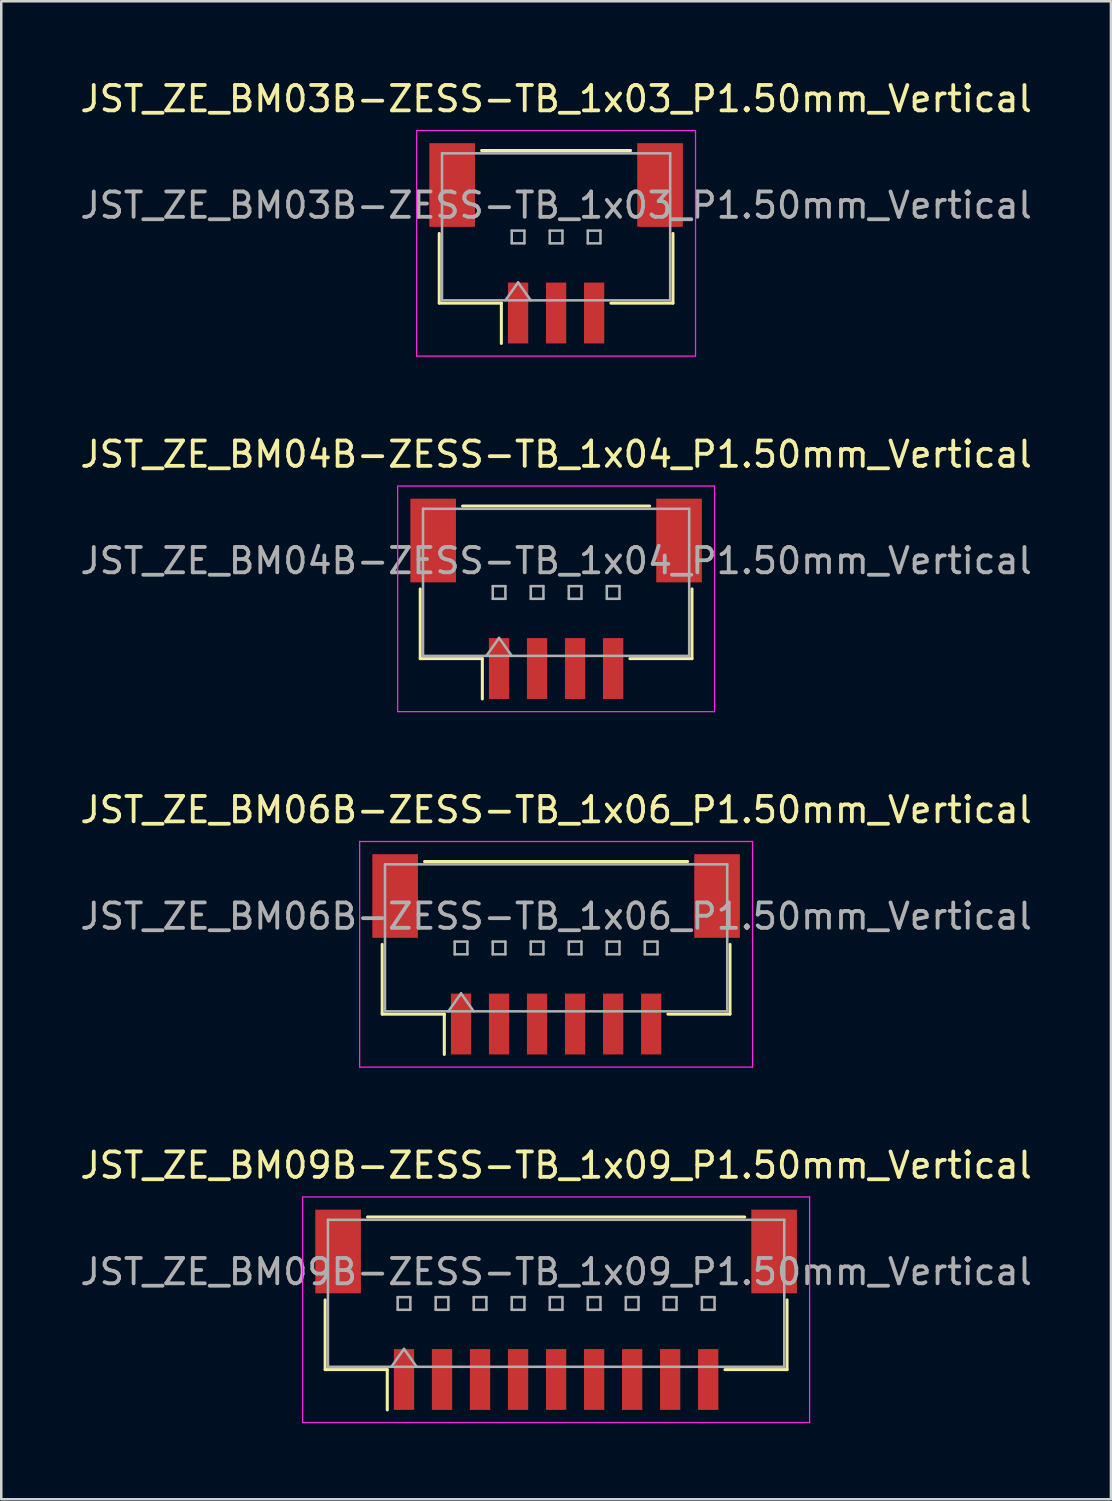
<source format=kicad_pcb>
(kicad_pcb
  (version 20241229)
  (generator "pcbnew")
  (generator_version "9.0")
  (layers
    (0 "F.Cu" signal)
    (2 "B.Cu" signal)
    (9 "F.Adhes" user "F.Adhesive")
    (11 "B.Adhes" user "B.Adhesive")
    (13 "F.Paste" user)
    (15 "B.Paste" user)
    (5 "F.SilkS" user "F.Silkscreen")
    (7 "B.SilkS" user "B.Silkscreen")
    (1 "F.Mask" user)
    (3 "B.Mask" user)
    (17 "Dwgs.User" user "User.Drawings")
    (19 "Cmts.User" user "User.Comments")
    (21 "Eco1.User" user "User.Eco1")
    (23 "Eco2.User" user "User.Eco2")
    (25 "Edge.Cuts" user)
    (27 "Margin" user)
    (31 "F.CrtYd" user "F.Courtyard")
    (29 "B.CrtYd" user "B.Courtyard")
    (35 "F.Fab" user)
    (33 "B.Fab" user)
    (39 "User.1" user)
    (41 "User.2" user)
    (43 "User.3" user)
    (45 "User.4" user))
  (footprint "JST_ZE_BM04B-ZESS-TB_1x04_P1.50mm_Vertical"
    (layer "F.Cu")
    (at 18.887 20.572)
    (property "Reference" "JST_ZE_BM04B-ZESS-TB_1x04_P1.50mm_Vertical" (at 0 -5.7 0) (layer "F.SilkS") (effects (font (size 1 1) (thickness 0.15))))
    (attr smd)
    (fp_line (start -5.36 -0.39) (end -5.36 2.36) (stroke (width 0.12) (type solid)) (layer "F.SilkS"))
    (fp_line (start -5.36 2.36) (end -2.91 2.36) (stroke (width 0.12) (type solid)) (layer "F.SilkS"))
    (fp_line (start -3.69 -3.66) (end 3.69 -3.66) (stroke (width 0.12) (type solid)) (layer "F.SilkS"))
    (fp_line (start -2.91 2.36) (end -2.91 3.95) (stroke (width 0.12) (type solid)) (layer "F.SilkS"))
    (fp_line (start 5.36 -0.39) (end 5.36 2.36) (stroke (width 0.12) (type solid)) (layer "F.SilkS"))
    (fp_line (start 5.36 2.36) (end 2.91 2.36) (stroke (width 0.12) (type solid)) (layer "F.SilkS"))
    (fp_line (start -6.25 -4.45) (end -6.25 4.45) (stroke (width 0.05) (type solid)) (layer "F.CrtYd"))
    (fp_line (start -6.25 4.45) (end 6.25 4.45) (stroke (width 0.05) (type solid)) (layer "F.CrtYd"))
    (fp_line (start 6.25 -4.45) (end -6.25 -4.45) (stroke (width 0.05) (type solid)) (layer "F.CrtYd"))
    (fp_line (start 6.25 4.45) (end 6.25 -4.45) (stroke (width 0.05) (type solid)) (layer "F.CrtYd"))
    (fp_line (start -5.25 -3.55) (end 5.25 -3.55) (stroke (width 0.1) (type solid)) (layer "F.Fab"))
    (fp_line (start -5.25 2.25) (end -5.25 -3.55) (stroke (width 0.1) (type solid)) (layer "F.Fab"))
    (fp_line (start -5.25 2.25) (end 5.25 2.25) (stroke (width 0.1) (type solid)) (layer "F.Fab"))
    (fp_line (start -2.75 2.25) (end -2.25 1.543) (stroke (width 0.1) (type solid)) (layer "F.Fab"))
    (fp_line (start -2.5 -0.5) (end -2.5 0) (stroke (width 0.1) (type solid)) (layer "F.Fab"))
    (fp_line (start -2.5 0) (end -2 0) (stroke (width 0.1) (type solid)) (layer "F.Fab"))
    (fp_line (start -2.25 1.543) (end -1.75 2.25) (stroke (width 0.1) (type solid)) (layer "F.Fab"))
    (fp_line (start -2 -0.5) (end -2.5 -0.5) (stroke (width 0.1) (type solid)) (layer "F.Fab"))
    (fp_line (start -2 0) (end -2 -0.5) (stroke (width 0.1) (type solid)) (layer "F.Fab"))
    (fp_line (start -1 -0.5) (end -1 0) (stroke (width 0.1) (type solid)) (layer "F.Fab"))
    (fp_line (start -1 0) (end -0.5 0) (stroke (width 0.1) (type solid)) (layer "F.Fab"))
    (fp_line (start -0.5 -0.5) (end -1 -0.5) (stroke (width 0.1) (type solid)) (layer "F.Fab"))
    (fp_line (start -0.5 0) (end -0.5 -0.5) (stroke (width 0.1) (type solid)) (layer "F.Fab"))
    (fp_line (start 0.5 -0.5) (end 0.5 0) (stroke (width 0.1) (type solid)) (layer "F.Fab"))
    (fp_line (start 0.5 0) (end 1 0) (stroke (width 0.1) (type solid)) (layer "F.Fab"))
    (fp_line (start 1 -0.5) (end 0.5 -0.5) (stroke (width 0.1) (type solid)) (layer "F.Fab"))
    (fp_line (start 1 0) (end 1 -0.5) (stroke (width 0.1) (type solid)) (layer "F.Fab"))
    (fp_line (start 2 -0.5) (end 2 0) (stroke (width 0.1) (type solid)) (layer "F.Fab"))
    (fp_line (start 2 0) (end 2.5 0) (stroke (width 0.1) (type solid)) (layer "F.Fab"))
    (fp_line (start 2.5 -0.5) (end 2 -0.5) (stroke (width 0.1) (type solid)) (layer "F.Fab"))
    (fp_line (start 2.5 0) (end 2.5 -0.5) (stroke (width 0.1) (type solid)) (layer "F.Fab"))
    (fp_line (start 5.25 2.25) (end 5.25 -3.55) (stroke (width 0.1) (type solid)) (layer "F.Fab"))
    (fp_text user "${REFERENCE}" (at 0 -1.5 0) (layer "F.Fab") (effects (font (size 1 1) (thickness 0.15))))
    (pad "" smd rect (at -4.85 -2.3) (size 1.8 3.3) (layers "F.Cu" "F.Mask" "F.Paste"))
    (pad "" smd rect (at 4.85 -2.3) (size 1.8 3.3) (layers "F.Cu" "F.Mask" "F.Paste"))
    (pad "1" smd rect (at -2.25 2.75) (size 0.8 2.4) (layers "F.Cu" "F.Mask" "F.Paste"))
    (pad "2" smd rect (at -0.75 2.75) (size 0.8 2.4) (layers "F.Cu" "F.Mask" "F.Paste"))
    (pad "3" smd rect (at 0.75 2.75) (size 0.8 2.4) (layers "F.Cu" "F.Mask" "F.Paste"))
    (pad "4" smd rect (at 2.25 2.75) (size 0.8 2.4) (layers "F.Cu" "F.Mask" "F.Paste")))
  (footprint "JST_ZE_BM03B-ZESS-TB_1x03_P1.50mm_Vertical"
    (layer "F.Cu")
    (at 18.887 6.548)
    (property "Reference" "JST_ZE_BM03B-ZESS-TB_1x03_P1.50mm_Vertical" (at 0 -5.7 0) (layer "F.SilkS") (effects (font (size 1 1) (thickness 0.15))))
    (attr smd)
    (fp_line (start -4.61 -0.39) (end -4.61 2.36) (stroke (width 0.12) (type solid)) (layer "F.SilkS"))
    (fp_line (start -4.61 2.36) (end -2.16 2.36) (stroke (width 0.12) (type solid)) (layer "F.SilkS"))
    (fp_line (start -2.94 -3.66) (end 2.94 -3.66) (stroke (width 0.12) (type solid)) (layer "F.SilkS"))
    (fp_line (start -2.16 2.36) (end -2.16 3.95) (stroke (width 0.12) (type solid)) (layer "F.SilkS"))
    (fp_line (start 4.61 -0.39) (end 4.61 2.36) (stroke (width 0.12) (type solid)) (layer "F.SilkS"))
    (fp_line (start 4.61 2.36) (end 2.16 2.36) (stroke (width 0.12) (type solid)) (layer "F.SilkS"))
    (fp_line (start -5.5 -4.45) (end -5.5 4.45) (stroke (width 0.05) (type solid)) (layer "F.CrtYd"))
    (fp_line (start -5.5 4.45) (end 5.5 4.45) (stroke (width 0.05) (type solid)) (layer "F.CrtYd"))
    (fp_line (start 5.5 -4.45) (end -5.5 -4.45) (stroke (width 0.05) (type solid)) (layer "F.CrtYd"))
    (fp_line (start 5.5 4.45) (end 5.5 -4.45) (stroke (width 0.05) (type solid)) (layer "F.CrtYd"))
    (fp_line (start -4.5 -3.55) (end 4.5 -3.55) (stroke (width 0.1) (type solid)) (layer "F.Fab"))
    (fp_line (start -4.5 2.25) (end -4.5 -3.55) (stroke (width 0.1) (type solid)) (layer "F.Fab"))
    (fp_line (start -4.5 2.25) (end 4.5 2.25) (stroke (width 0.1) (type solid)) (layer "F.Fab"))
    (fp_line (start -2 2.25) (end -1.5 1.543) (stroke (width 0.1) (type solid)) (layer "F.Fab"))
    (fp_line (start -1.75 -0.5) (end -1.75 0) (stroke (width 0.1) (type solid)) (layer "F.Fab"))
    (fp_line (start -1.75 0) (end -1.25 0) (stroke (width 0.1) (type solid)) (layer "F.Fab"))
    (fp_line (start -1.5 1.543) (end -1 2.25) (stroke (width 0.1) (type solid)) (layer "F.Fab"))
    (fp_line (start -1.25 -0.5) (end -1.75 -0.5) (stroke (width 0.1) (type solid)) (layer "F.Fab"))
    (fp_line (start -1.25 0) (end -1.25 -0.5) (stroke (width 0.1) (type solid)) (layer "F.Fab"))
    (fp_line (start -0.25 -0.5) (end -0.25 0) (stroke (width 0.1) (type solid)) (layer "F.Fab"))
    (fp_line (start -0.25 0) (end 0.25 0) (stroke (width 0.1) (type solid)) (layer "F.Fab"))
    (fp_line (start 0.25 -0.5) (end -0.25 -0.5) (stroke (width 0.1) (type solid)) (layer "F.Fab"))
    (fp_line (start 0.25 0) (end 0.25 -0.5) (stroke (width 0.1) (type solid)) (layer "F.Fab"))
    (fp_line (start 1.25 -0.5) (end 1.25 0) (stroke (width 0.1) (type solid)) (layer "F.Fab"))
    (fp_line (start 1.25 0) (end 1.75 0) (stroke (width 0.1) (type solid)) (layer "F.Fab"))
    (fp_line (start 1.75 -0.5) (end 1.25 -0.5) (stroke (width 0.1) (type solid)) (layer "F.Fab"))
    (fp_line (start 1.75 0) (end 1.75 -0.5) (stroke (width 0.1) (type solid)) (layer "F.Fab"))
    (fp_line (start 4.5 2.25) (end 4.5 -3.55) (stroke (width 0.1) (type solid)) (layer "F.Fab"))
    (fp_text user "${REFERENCE}" (at 0 -1.5 0) (layer "F.Fab") (effects (font (size 1 1) (thickness 0.15))))
    (pad "" smd rect (at -4.1 -2.3) (size 1.8 3.3) (layers "F.Cu" "F.Mask" "F.Paste"))
    (pad "" smd rect (at 4.1 -2.3) (size 1.8 3.3) (layers "F.Cu" "F.Mask" "F.Paste"))
    (pad "1" smd rect (at -1.5 2.75) (size 0.8 2.4) (layers "F.Cu" "F.Mask" "F.Paste"))
    (pad "2" smd rect (at 0 2.75) (size 0.8 2.4) (layers "F.Cu" "F.Mask" "F.Paste"))
    (pad "3" smd rect (at 1.5 2.75) (size 0.8 2.4) (layers "F.Cu" "F.Mask" "F.Paste")))
  (footprint "JST_ZE_BM06B-ZESS-TB_1x06_P1.50mm_Vertical"
    (layer "F.Cu")
    (at 18.887 34.595)
    (property "Reference" "JST_ZE_BM06B-ZESS-TB_1x06_P1.50mm_Vertical" (at 0 -5.7 0) (layer "F.SilkS") (effects (font (size 1 1) (thickness 0.15))))
    (attr smd)
    (fp_line (start -6.86 -0.39) (end -6.86 2.36) (stroke (width 0.12) (type solid)) (layer "F.SilkS"))
    (fp_line (start -6.86 2.36) (end -4.41 2.36) (stroke (width 0.12) (type solid)) (layer "F.SilkS"))
    (fp_line (start -5.19 -3.66) (end 5.19 -3.66) (stroke (width 0.12) (type solid)) (layer "F.SilkS"))
    (fp_line (start -4.41 2.36) (end -4.41 3.95) (stroke (width 0.12) (type solid)) (layer "F.SilkS"))
    (fp_line (start 6.86 -0.39) (end 6.86 2.36) (stroke (width 0.12) (type solid)) (layer "F.SilkS"))
    (fp_line (start 6.86 2.36) (end 4.41 2.36) (stroke (width 0.12) (type solid)) (layer "F.SilkS"))
    (fp_line (start -7.75 -4.45) (end -7.75 4.45) (stroke (width 0.05) (type solid)) (layer "F.CrtYd"))
    (fp_line (start -7.75 4.45) (end 7.75 4.45) (stroke (width 0.05) (type solid)) (layer "F.CrtYd"))
    (fp_line (start 7.75 -4.45) (end -7.75 -4.45) (stroke (width 0.05) (type solid)) (layer "F.CrtYd"))
    (fp_line (start 7.75 4.45) (end 7.75 -4.45) (stroke (width 0.05) (type solid)) (layer "F.CrtYd"))
    (fp_line (start -6.75 -3.55) (end 6.75 -3.55) (stroke (width 0.1) (type solid)) (layer "F.Fab"))
    (fp_line (start -6.75 2.25) (end -6.75 -3.55) (stroke (width 0.1) (type solid)) (layer "F.Fab"))
    (fp_line (start -6.75 2.25) (end 6.75 2.25) (stroke (width 0.1) (type solid)) (layer "F.Fab"))
    (fp_line (start -4.25 2.25) (end -3.75 1.543) (stroke (width 0.1) (type solid)) (layer "F.Fab"))
    (fp_line (start -4 -0.5) (end -4 0) (stroke (width 0.1) (type solid)) (layer "F.Fab"))
    (fp_line (start -4 0) (end -3.5 0) (stroke (width 0.1) (type solid)) (layer "F.Fab"))
    (fp_line (start -3.75 1.543) (end -3.25 2.25) (stroke (width 0.1) (type solid)) (layer "F.Fab"))
    (fp_line (start -3.5 -0.5) (end -4 -0.5) (stroke (width 0.1) (type solid)) (layer "F.Fab"))
    (fp_line (start -3.5 0) (end -3.5 -0.5) (stroke (width 0.1) (type solid)) (layer "F.Fab"))
    (fp_line (start -2.5 -0.5) (end -2.5 0) (stroke (width 0.1) (type solid)) (layer "F.Fab"))
    (fp_line (start -2.5 0) (end -2 0) (stroke (width 0.1) (type solid)) (layer "F.Fab"))
    (fp_line (start -2 -0.5) (end -2.5 -0.5) (stroke (width 0.1) (type solid)) (layer "F.Fab"))
    (fp_line (start -2 0) (end -2 -0.5) (stroke (width 0.1) (type solid)) (layer "F.Fab"))
    (fp_line (start -1 -0.5) (end -1 0) (stroke (width 0.1) (type solid)) (layer "F.Fab"))
    (fp_line (start -1 0) (end -0.5 0) (stroke (width 0.1) (type solid)) (layer "F.Fab"))
    (fp_line (start -0.5 -0.5) (end -1 -0.5) (stroke (width 0.1) (type solid)) (layer "F.Fab"))
    (fp_line (start -0.5 0) (end -0.5 -0.5) (stroke (width 0.1) (type solid)) (layer "F.Fab"))
    (fp_line (start 0.5 -0.5) (end 0.5 0) (stroke (width 0.1) (type solid)) (layer "F.Fab"))
    (fp_line (start 0.5 0) (end 1 0) (stroke (width 0.1) (type solid)) (layer "F.Fab"))
    (fp_line (start 1 -0.5) (end 0.5 -0.5) (stroke (width 0.1) (type solid)) (layer "F.Fab"))
    (fp_line (start 1 0) (end 1 -0.5) (stroke (width 0.1) (type solid)) (layer "F.Fab"))
    (fp_line (start 2 -0.5) (end 2 0) (stroke (width 0.1) (type solid)) (layer "F.Fab"))
    (fp_line (start 2 0) (end 2.5 0) (stroke (width 0.1) (type solid)) (layer "F.Fab"))
    (fp_line (start 2.5 -0.5) (end 2 -0.5) (stroke (width 0.1) (type solid)) (layer "F.Fab"))
    (fp_line (start 2.5 0) (end 2.5 -0.5) (stroke (width 0.1) (type solid)) (layer "F.Fab"))
    (fp_line (start 3.5 -0.5) (end 3.5 0) (stroke (width 0.1) (type solid)) (layer "F.Fab"))
    (fp_line (start 3.5 0) (end 4 0) (stroke (width 0.1) (type solid)) (layer "F.Fab"))
    (fp_line (start 4 -0.5) (end 3.5 -0.5) (stroke (width 0.1) (type solid)) (layer "F.Fab"))
    (fp_line (start 4 0) (end 4 -0.5) (stroke (width 0.1) (type solid)) (layer "F.Fab"))
    (fp_line (start 6.75 2.25) (end 6.75 -3.55) (stroke (width 0.1) (type solid)) (layer "F.Fab"))
    (fp_text user "${REFERENCE}" (at 0 -1.5 0) (layer "F.Fab") (effects (font (size 1 1) (thickness 0.15))))
    (pad "" smd rect (at -6.35 -2.3) (size 1.8 3.3) (layers "F.Cu" "F.Mask" "F.Paste"))
    (pad "" smd rect (at 6.35 -2.3) (size 1.8 3.3) (layers "F.Cu" "F.Mask" "F.Paste"))
    (pad "1" smd rect (at -3.75 2.75) (size 0.8 2.4) (layers "F.Cu" "F.Mask" "F.Paste"))
    (pad "2" smd rect (at -2.25 2.75) (size 0.8 2.4) (layers "F.Cu" "F.Mask" "F.Paste"))
    (pad "3" smd rect (at -0.75 2.75) (size 0.8 2.4) (layers "F.Cu" "F.Mask" "F.Paste"))
    (pad "4" smd rect (at 0.75 2.75) (size 0.8 2.4) (layers "F.Cu" "F.Mask" "F.Paste"))
    (pad "5" smd rect (at 2.25 2.75) (size 0.8 2.4) (layers "F.Cu" "F.Mask" "F.Paste"))
    (pad "6" smd rect (at 3.75 2.75) (size 0.8 2.4) (layers "F.Cu" "F.Mask" "F.Paste")))
  (footprint "JST_ZE_BM09B-ZESS-TB_1x09_P1.50mm_Vertical"
    (layer "F.Cu")
    (at 18.887 48.618)
    (property "Reference" "JST_ZE_BM09B-ZESS-TB_1x09_P1.50mm_Vertical" (at 0 -5.7 0) (layer "F.SilkS") (effects (font (size 1 1) (thickness 0.15))))
    (attr smd)
    (fp_line (start -9.11 -0.39) (end -9.11 2.36) (stroke (width 0.12) (type solid)) (layer "F.SilkS"))
    (fp_line (start -9.11 2.36) (end -6.66 2.36) (stroke (width 0.12) (type solid)) (layer "F.SilkS"))
    (fp_line (start -7.44 -3.66) (end 7.44 -3.66) (stroke (width 0.12) (type solid)) (layer "F.SilkS"))
    (fp_line (start -6.66 2.36) (end -6.66 3.95) (stroke (width 0.12) (type solid)) (layer "F.SilkS"))
    (fp_line (start 9.11 -0.39) (end 9.11 2.36) (stroke (width 0.12) (type solid)) (layer "F.SilkS"))
    (fp_line (start 9.11 2.36) (end 6.66 2.36) (stroke (width 0.12) (type solid)) (layer "F.SilkS"))
    (fp_line (start -10 -4.45) (end -10 4.45) (stroke (width 0.05) (type solid)) (layer "F.CrtYd"))
    (fp_line (start -10 4.45) (end 10 4.45) (stroke (width 0.05) (type solid)) (layer "F.CrtYd"))
    (fp_line (start 10 -4.45) (end -10 -4.45) (stroke (width 0.05) (type solid)) (layer "F.CrtYd"))
    (fp_line (start 10 4.45) (end 10 -4.45) (stroke (width 0.05) (type solid)) (layer "F.CrtYd"))
    (fp_line (start -9 -3.55) (end 9 -3.55) (stroke (width 0.1) (type solid)) (layer "F.Fab"))
    (fp_line (start -9 2.25) (end -9 -3.55) (stroke (width 0.1) (type solid)) (layer "F.Fab"))
    (fp_line (start -9 2.25) (end 9 2.25) (stroke (width 0.1) (type solid)) (layer "F.Fab"))
    (fp_line (start -6.5 2.25) (end -6 1.543) (stroke (width 0.1) (type solid)) (layer "F.Fab"))
    (fp_line (start -6.25 -0.5) (end -6.25 0) (stroke (width 0.1) (type solid)) (layer "F.Fab"))
    (fp_line (start -6.25 0) (end -5.75 0) (stroke (width 0.1) (type solid)) (layer "F.Fab"))
    (fp_line (start -6 1.543) (end -5.5 2.25) (stroke (width 0.1) (type solid)) (layer "F.Fab"))
    (fp_line (start -5.75 -0.5) (end -6.25 -0.5) (stroke (width 0.1) (type solid)) (layer "F.Fab"))
    (fp_line (start -5.75 0) (end -5.75 -0.5) (stroke (width 0.1) (type solid)) (layer "F.Fab"))
    (fp_line (start -4.75 -0.5) (end -4.75 0) (stroke (width 0.1) (type solid)) (layer "F.Fab"))
    (fp_line (start -4.75 0) (end -4.25 0) (stroke (width 0.1) (type solid)) (layer "F.Fab"))
    (fp_line (start -4.25 -0.5) (end -4.75 -0.5) (stroke (width 0.1) (type solid)) (layer "F.Fab"))
    (fp_line (start -4.25 0) (end -4.25 -0.5) (stroke (width 0.1) (type solid)) (layer "F.Fab"))
    (fp_line (start -3.25 -0.5) (end -3.25 0) (stroke (width 0.1) (type solid)) (layer "F.Fab"))
    (fp_line (start -3.25 0) (end -2.75 0) (stroke (width 0.1) (type solid)) (layer "F.Fab"))
    (fp_line (start -2.75 -0.5) (end -3.25 -0.5) (stroke (width 0.1) (type solid)) (layer "F.Fab"))
    (fp_line (start -2.75 0) (end -2.75 -0.5) (stroke (width 0.1) (type solid)) (layer "F.Fab"))
    (fp_line (start -1.75 -0.5) (end -1.75 0) (stroke (width 0.1) (type solid)) (layer "F.Fab"))
    (fp_line (start -1.75 0) (end -1.25 0) (stroke (width 0.1) (type solid)) (layer "F.Fab"))
    (fp_line (start -1.25 -0.5) (end -1.75 -0.5) (stroke (width 0.1) (type solid)) (layer "F.Fab"))
    (fp_line (start -1.25 0) (end -1.25 -0.5) (stroke (width 0.1) (type solid)) (layer "F.Fab"))
    (fp_line (start -0.25 -0.5) (end -0.25 0) (stroke (width 0.1) (type solid)) (layer "F.Fab"))
    (fp_line (start -0.25 0) (end 0.25 0) (stroke (width 0.1) (type solid)) (layer "F.Fab"))
    (fp_line (start 0.25 -0.5) (end -0.25 -0.5) (stroke (width 0.1) (type solid)) (layer "F.Fab"))
    (fp_line (start 0.25 0) (end 0.25 -0.5) (stroke (width 0.1) (type solid)) (layer "F.Fab"))
    (fp_line (start 1.25 -0.5) (end 1.25 0) (stroke (width 0.1) (type solid)) (layer "F.Fab"))
    (fp_line (start 1.25 0) (end 1.75 0) (stroke (width 0.1) (type solid)) (layer "F.Fab"))
    (fp_line (start 1.75 -0.5) (end 1.25 -0.5) (stroke (width 0.1) (type solid)) (layer "F.Fab"))
    (fp_line (start 1.75 0) (end 1.75 -0.5) (stroke (width 0.1) (type solid)) (layer "F.Fab"))
    (fp_line (start 2.75 -0.5) (end 2.75 0) (stroke (width 0.1) (type solid)) (layer "F.Fab"))
    (fp_line (start 2.75 0) (end 3.25 0) (stroke (width 0.1) (type solid)) (layer "F.Fab"))
    (fp_line (start 3.25 -0.5) (end 2.75 -0.5) (stroke (width 0.1) (type solid)) (layer "F.Fab"))
    (fp_line (start 3.25 0) (end 3.25 -0.5) (stroke (width 0.1) (type solid)) (layer "F.Fab"))
    (fp_line (start 4.25 -0.5) (end 4.25 0) (stroke (width 0.1) (type solid)) (layer "F.Fab"))
    (fp_line (start 4.25 0) (end 4.75 0) (stroke (width 0.1) (type solid)) (layer "F.Fab"))
    (fp_line (start 4.75 -0.5) (end 4.25 -0.5) (stroke (width 0.1) (type solid)) (layer "F.Fab"))
    (fp_line (start 4.75 0) (end 4.75 -0.5) (stroke (width 0.1) (type solid)) (layer "F.Fab"))
    (fp_line (start 5.75 -0.5) (end 5.75 0) (stroke (width 0.1) (type solid)) (layer "F.Fab"))
    (fp_line (start 5.75 0) (end 6.25 0) (stroke (width 0.1) (type solid)) (layer "F.Fab"))
    (fp_line (start 6.25 -0.5) (end 5.75 -0.5) (stroke (width 0.1) (type solid)) (layer "F.Fab"))
    (fp_line (start 6.25 0) (end 6.25 -0.5) (stroke (width 0.1) (type solid)) (layer "F.Fab"))
    (fp_line (start 9 2.25) (end 9 -3.55) (stroke (width 0.1) (type solid)) (layer "F.Fab"))
    (fp_text user "${REFERENCE}" (at 0 -1.5 0) (layer "F.Fab") (effects (font (size 1 1) (thickness 0.15))))
    (pad "" smd rect (at -8.6 -2.3) (size 1.8 3.3) (layers "F.Cu" "F.Mask" "F.Paste"))
    (pad "" smd rect (at 8.6 -2.3) (size 1.8 3.3) (layers "F.Cu" "F.Mask" "F.Paste"))
    (pad "1" smd rect (at -6 2.75) (size 0.8 2.4) (layers "F.Cu" "F.Mask" "F.Paste"))
    (pad "2" smd rect (at -4.5 2.75) (size 0.8 2.4) (layers "F.Cu" "F.Mask" "F.Paste"))
    (pad "3" smd rect (at -3 2.75) (size 0.8 2.4) (layers "F.Cu" "F.Mask" "F.Paste"))
    (pad "4" smd rect (at -1.5 2.75) (size 0.8 2.4) (layers "F.Cu" "F.Mask" "F.Paste"))
    (pad "5" smd rect (at 0 2.75) (size 0.8 2.4) (layers "F.Cu" "F.Mask" "F.Paste"))
    (pad "6" smd rect (at 1.5 2.75) (size 0.8 2.4) (layers "F.Cu" "F.Mask" "F.Paste"))
    (pad "7" smd rect (at 3 2.75) (size 0.8 2.4) (layers "F.Cu" "F.Mask" "F.Paste"))
    (pad "8" smd rect (at 4.5 2.75) (size 0.8 2.4) (layers "F.Cu" "F.Mask" "F.Paste"))
    (pad "9" smd rect (at 6 2.75) (size 0.8 2.4) (layers "F.Cu" "F.Mask" "F.Paste")))
  (gr_rect
    (start -3 -3)
    (end 40.774 56.093)
    (stroke (width 0.1) (type default))
    (fill no)
    (layer "Edge.Cuts")))
</source>
